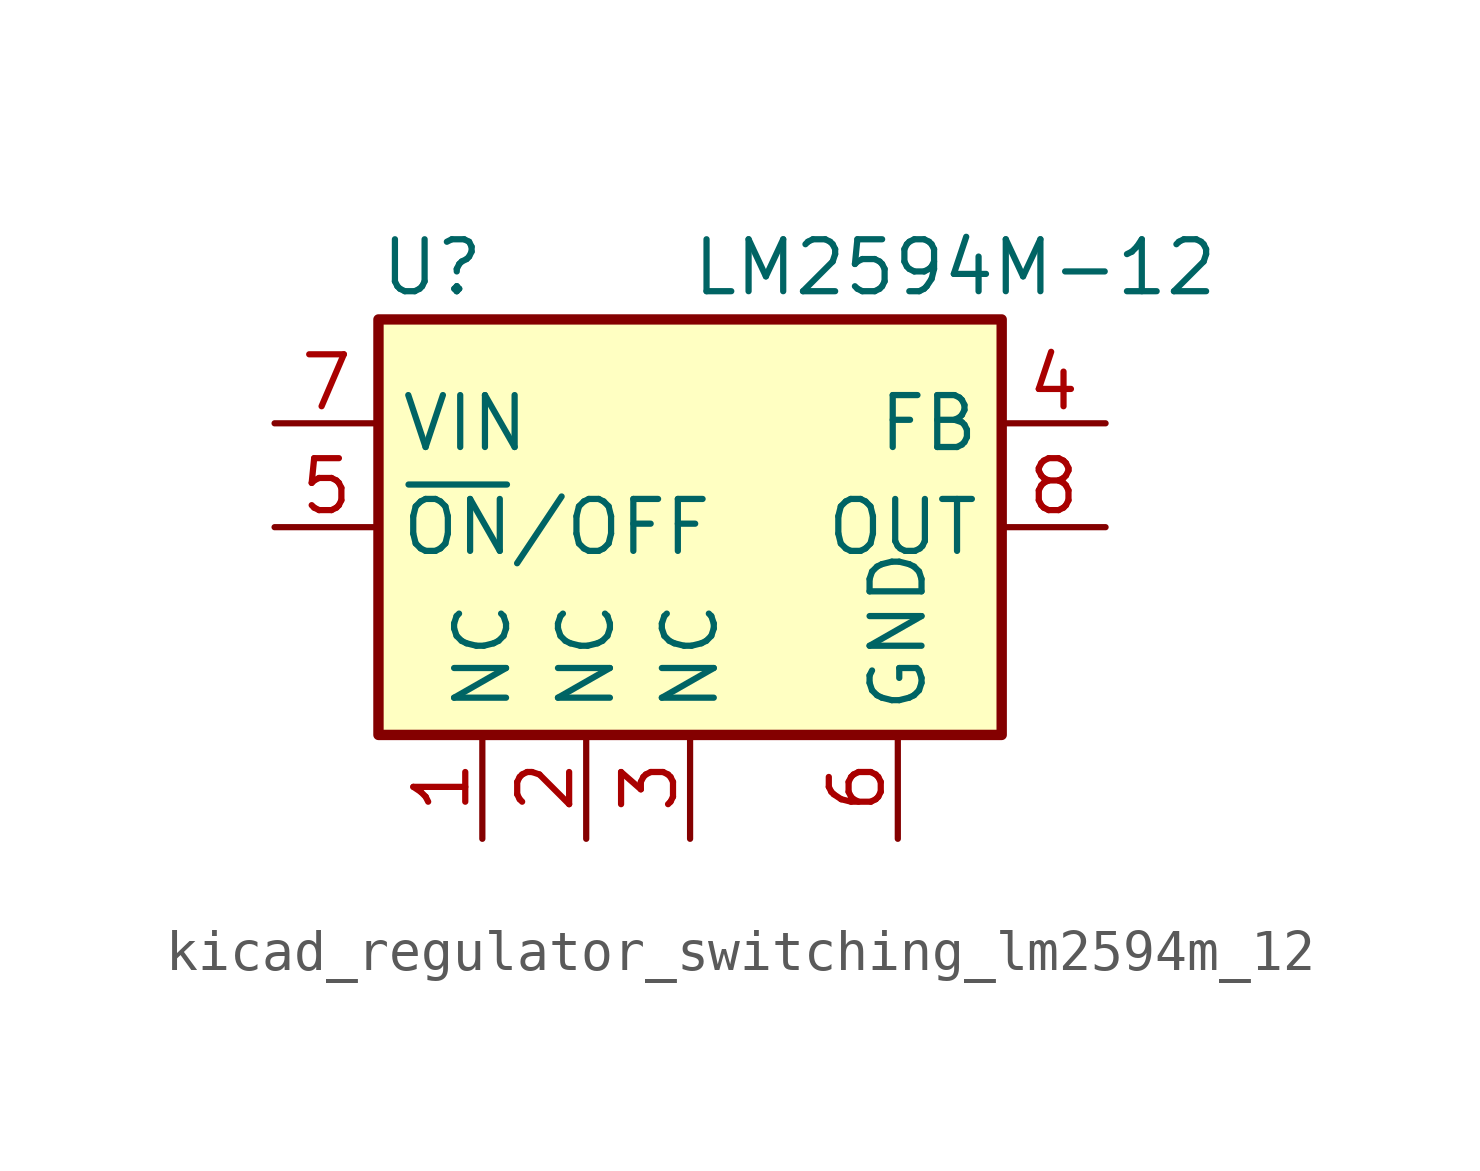
<source format=kicad_sym>
(kicad_symbol_lib
  (version 20220914)
  (generator kicad_symbol_editor)
  (symbol "kicad_regulator_switching_lm2594m_12"
    (property "Reference" "U"
      (at -7.62 6.35 0)
      (effects (font (size 1.27 1.27)) (justify left)))
    (property "Value" "LM2594M-12"
      (at 0 6.35 0)
      (effects (font (size 1.27 1.27)) (justify left)))
    (symbol "kicad_regulator_switching_lm2594m_12_0_1"
      (rectangle (start -7.62 5.08) (end 7.62 -5.08) (stroke (width 0.254) (type default)) (fill (type background))))
    (symbol "kicad_regulator_switching_lm2594m_12_1_1"
      (pin passive line (at -5.08 -7.62 90) (length 2.54) (name "NC" (effects (font (size 1.27 1.27)))) (number "1" (effects (font (size 1.27 1.27)))))
      (pin passive line (at -2.54 -7.62 90) (length 2.54) (name "NC" (effects (font (size 1.27 1.27)))) (number "2" (effects (font (size 1.27 1.27)))))
      (pin passive line (at 0 -7.62 90) (length 2.54) (name "NC" (effects (font (size 1.27 1.27)))) (number "3" (effects (font (size 1.27 1.27)))))
      (pin input line (at 10.16 2.54 180) (length 2.54) (name "FB" (effects (font (size 1.27 1.27)))) (number "4" (effects (font (size 1.27 1.27)))))
      (pin input line (at -10.16 0 0) (length 2.54) (name "~{ON}/OFF" (effects (font (size 1.27 1.27)))) (number "5" (effects (font (size 1.27 1.27)))))
      (pin power_in line (at 5.08 -7.62 90) (length 2.54) (name "GND" (effects (font (size 1.27 1.27)))) (number "6" (effects (font (size 1.27 1.27)))))
      (pin power_in line (at -10.16 2.54 0) (length 2.54) (name "VIN" (effects (font (size 1.27 1.27)))) (number "7" (effects (font (size 1.27 1.27)))))
      (pin output line (at 10.16 0 180) (length 2.54) (name "OUT" (effects (font (size 1.27 1.27)))) (number "8" (effects (font (size 1.27 1.27))))))))
</source>
